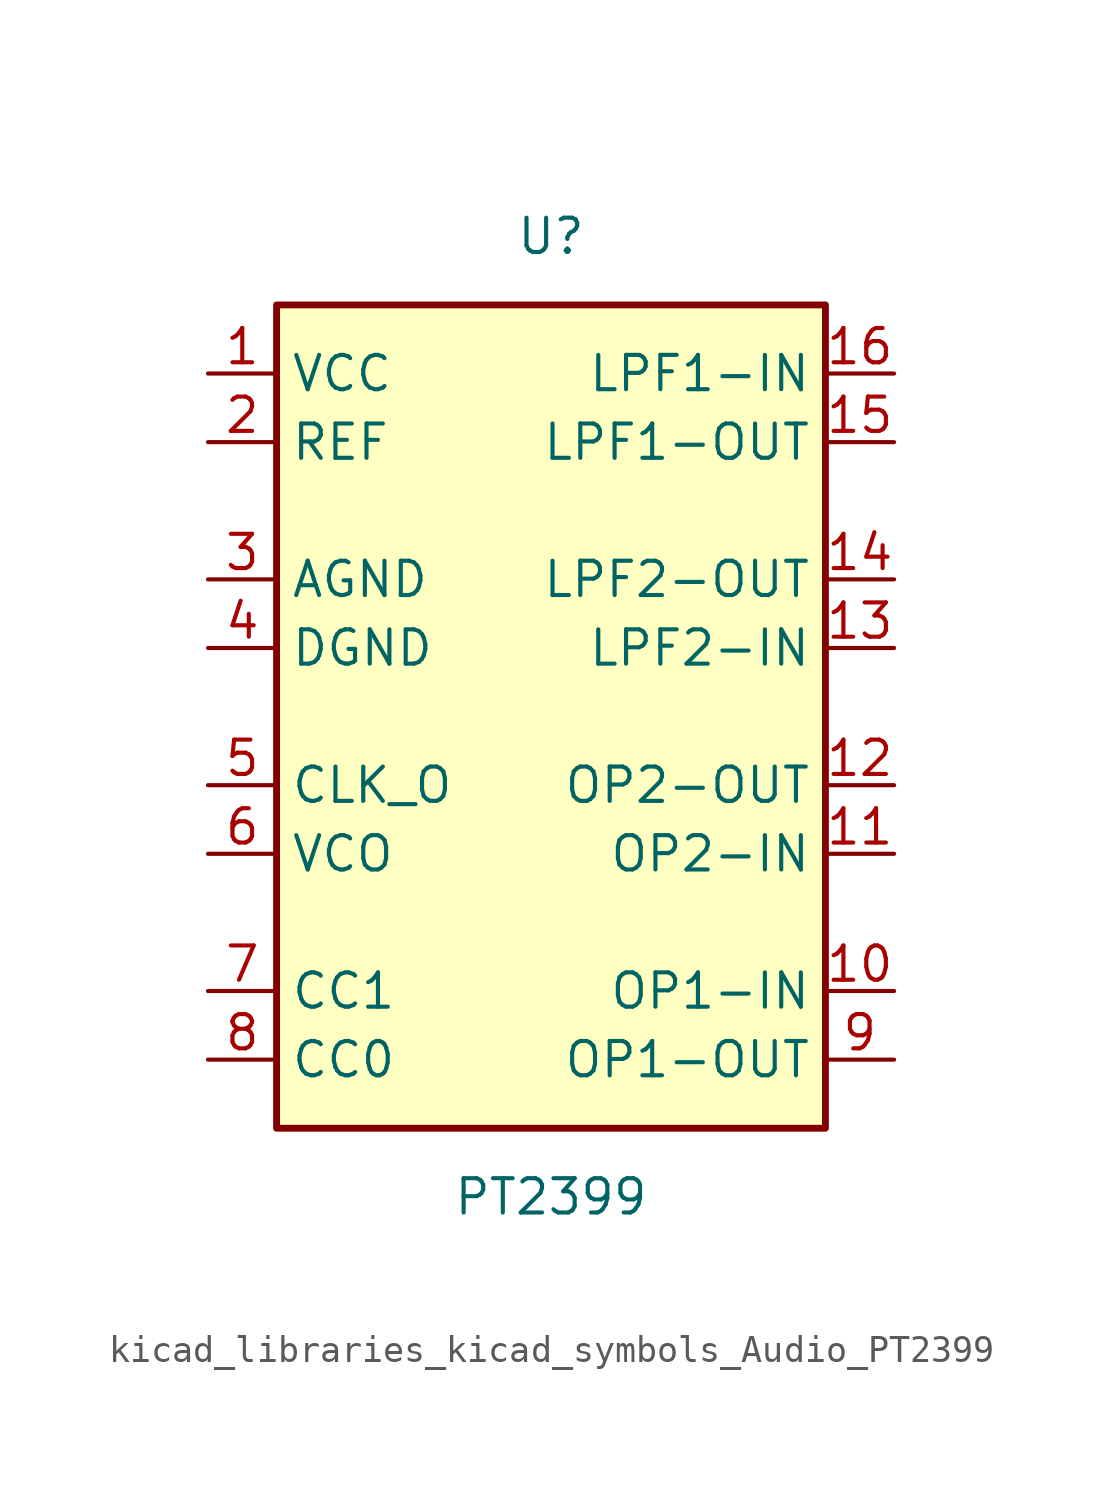
<source format=kicad_sym>
(kicad_symbol_lib
  (version 20220914)
  (generator kicad_symbol_editor)
  (symbol "kicad_libraries_kicad_symbols_Audio_PT2399"
    (property "Reference" "U"
      (at 0 17.78 0)
      (effects (font (size 1.27 1.27))))
    (property "Value" "PT2399"
      (at 0 -17.78 0)
      (effects (font (size 1.27 1.27))))
    (symbol "kicad_libraries_kicad_symbols_Audio_PT2399_0_1"
      (rectangle (start -10.16 15.24) (end 10.16 -15.24) (stroke (width 0.254) (type default)) (fill (type background))))
    (symbol "kicad_libraries_kicad_symbols_Audio_PT2399_1_1"
      (pin power_in line (at -12.7 12.7 0) (length 2.54) (name "VCC" (effects (font (size 1.27 1.27)))) (number "1" (effects (font (size 1.27 1.27)))))
      (pin input line (at 12.7 -10.16 180) (length 2.54) (name "OP1-IN" (effects (font (size 1.27 1.27)))) (number "10" (effects (font (size 1.27 1.27)))))
      (pin input line (at 12.7 -5.08 180) (length 2.54) (name "OP2-IN" (effects (font (size 1.27 1.27)))) (number "11" (effects (font (size 1.27 1.27)))))
      (pin output line (at 12.7 -2.54 180) (length 2.54) (name "OP2-OUT" (effects (font (size 1.27 1.27)))) (number "12" (effects (font (size 1.27 1.27)))))
      (pin input line (at 12.7 2.54 180) (length 2.54) (name "LPF2-IN" (effects (font (size 1.27 1.27)))) (number "13" (effects (font (size 1.27 1.27)))))
      (pin output line (at 12.7 5.08 180) (length 2.54) (name "LPF2-OUT" (effects (font (size 1.27 1.27)))) (number "14" (effects (font (size 1.27 1.27)))))
      (pin output line (at 12.7 10.16 180) (length 2.54) (name "LPF1-OUT" (effects (font (size 1.27 1.27)))) (number "15" (effects (font (size 1.27 1.27)))))
      (pin input line (at 12.7 12.7 180) (length 2.54) (name "LPF1-IN" (effects (font (size 1.27 1.27)))) (number "16" (effects (font (size 1.27 1.27)))))
      (pin passive line (at -12.7 10.16 0) (length 2.54) (name "REF" (effects (font (size 1.27 1.27)))) (number "2" (effects (font (size 1.27 1.27)))))
      (pin power_in line (at -12.7 5.08 0) (length 2.54) (name "AGND" (effects (font (size 1.27 1.27)))) (number "3" (effects (font (size 1.27 1.27)))))
      (pin power_in line (at -12.7 2.54 0) (length 2.54) (name "DGND" (effects (font (size 1.27 1.27)))) (number "4" (effects (font (size 1.27 1.27)))))
      (pin passive line (at -12.7 -2.54 0) (length 2.54) (name "CLK_O" (effects (font (size 1.27 1.27)))) (number "5" (effects (font (size 1.27 1.27)))))
      (pin passive line (at -12.7 -5.08 0) (length 2.54) (name "VCO" (effects (font (size 1.27 1.27)))) (number "6" (effects (font (size 1.27 1.27)))))
      (pin passive line (at -12.7 -10.16 0) (length 2.54) (name "CC1" (effects (font (size 1.27 1.27)))) (number "7" (effects (font (size 1.27 1.27)))))
      (pin passive line (at -12.7 -12.7 0) (length 2.54) (name "CC0" (effects (font (size 1.27 1.27)))) (number "8" (effects (font (size 1.27 1.27)))))
      (pin output line (at 12.7 -12.7 180) (length 2.54) (name "OP1-OUT" (effects (font (size 1.27 1.27)))) (number "9" (effects (font (size 1.27 1.27))))))))
</source>
